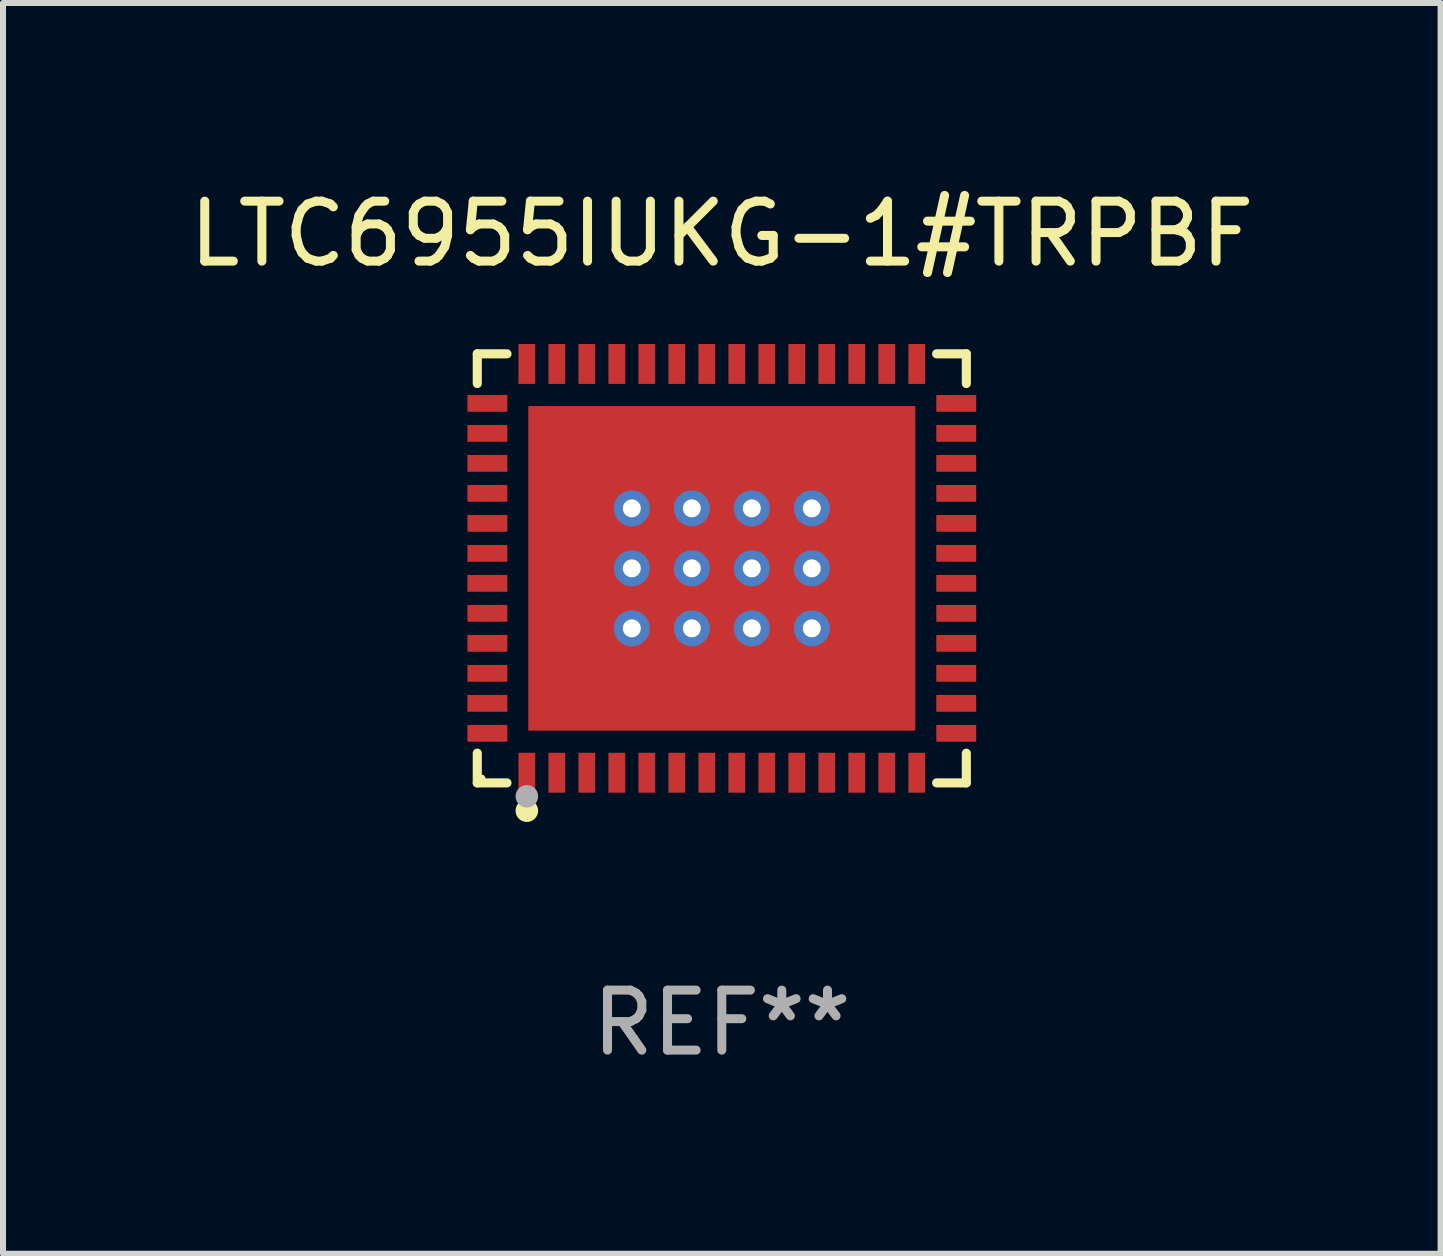
<source format=kicad_pcb>
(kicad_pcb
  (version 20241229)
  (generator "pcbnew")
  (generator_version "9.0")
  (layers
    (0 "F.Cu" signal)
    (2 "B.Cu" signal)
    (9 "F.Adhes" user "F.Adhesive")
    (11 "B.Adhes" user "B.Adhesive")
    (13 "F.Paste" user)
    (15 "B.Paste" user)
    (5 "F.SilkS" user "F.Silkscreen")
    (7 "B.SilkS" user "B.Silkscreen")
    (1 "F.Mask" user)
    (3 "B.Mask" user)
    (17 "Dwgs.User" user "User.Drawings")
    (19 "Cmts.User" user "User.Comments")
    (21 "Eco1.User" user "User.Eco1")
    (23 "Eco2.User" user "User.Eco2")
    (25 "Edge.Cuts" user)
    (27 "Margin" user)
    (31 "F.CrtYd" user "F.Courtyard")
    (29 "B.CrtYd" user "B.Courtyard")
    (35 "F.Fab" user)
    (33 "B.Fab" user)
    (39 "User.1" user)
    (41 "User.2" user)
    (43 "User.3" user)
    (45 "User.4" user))
  (footprint "LTC6955IUKG-1#TRPBF"
    (layer "F.Cu")
    (at 8.982 6.424)
    (property "Reference" "LTC6955IUKG-1#TRPBF" (at 0 -5.576 0) (layer "F.SilkS") (effects (font (size 1 1) (thickness 0.15))))
    (attr through_hole)
    (fp_line (start -4.076 -3.576) (end -3.581 -3.576) (stroke (width 0.152) (type solid)) (layer "F.SilkS"))
    (fp_line (start -4.076 -3.081) (end -4.076 -3.576) (stroke (width 0.152) (type solid)) (layer "F.SilkS"))
    (fp_line (start -4.076 3.081) (end -4.076 3.576) (stroke (width 0.152) (type solid)) (layer "F.SilkS"))
    (fp_line (start -4.076 3.576) (end -3.581 3.576) (stroke (width 0.152) (type solid)) (layer "F.SilkS"))
    (fp_line (start 4.076 -3.576) (end 3.581 -3.576) (stroke (width 0.152) (type solid)) (layer "F.SilkS"))
    (fp_line (start 4.076 -3.081) (end 4.076 -3.576) (stroke (width 0.152) (type solid)) (layer "F.SilkS"))
    (fp_line (start 4.076 3.081) (end 4.076 3.576) (stroke (width 0.152) (type solid)) (layer "F.SilkS"))
    (fp_line (start 4.076 3.576) (end 3.581 3.576) (stroke (width 0.152) (type solid)) (layer "F.SilkS"))
    (fp_circle (center -4 3.5) (end -3.97 3.5) (stroke (width 0.06) (type solid)) (fill no) (layer "F.SilkS"))
    (fp_circle (center -3.25 4.04) (end -3.156 4.04) (stroke (width 0.188) (type solid)) (fill no) (layer "F.SilkS"))
    (fp_circle (center -3.25 3.8) (end -3.156 3.8) (stroke (width 0.188) (type solid)) (fill no) (layer "F.Fab"))
    (fp_text user "REF**" (at 0 7.576 0) (layer "F.Fab") (effects (font (size 1 1) (thickness 0.15))))
    (pad "1" smd rect (at -3.25 3.407) (size 0.28 0.665) (layers "F.Cu" "F.Mask" "F.Paste"))
    (pad "2" smd rect (at -2.75 3.407) (size 0.28 0.665) (layers "F.Cu" "F.Mask" "F.Paste"))
    (pad "3" smd rect (at -2.25 3.407) (size 0.28 0.665) (layers "F.Cu" "F.Mask" "F.Paste"))
    (pad "4" smd rect (at -1.75 3.407) (size 0.28 0.665) (layers "F.Cu" "F.Mask" "F.Paste"))
    (pad "5" smd rect (at -1.25 3.407) (size 0.28 0.665) (layers "F.Cu" "F.Mask" "F.Paste"))
    (pad "6" smd rect (at -0.75 3.407) (size 0.28 0.665) (layers "F.Cu" "F.Mask" "F.Paste"))
    (pad "7" smd rect (at -0.25 3.407) (size 0.28 0.665) (layers "F.Cu" "F.Mask" "F.Paste"))
    (pad "8" smd rect (at 0.25 3.407) (size 0.28 0.665) (layers "F.Cu" "F.Mask" "F.Paste"))
    (pad "9" smd rect (at 0.75 3.407) (size 0.28 0.665) (layers "F.Cu" "F.Mask" "F.Paste"))
    (pad "10" smd rect (at 1.25 3.407) (size 0.28 0.665) (layers "F.Cu" "F.Mask" "F.Paste"))
    (pad "11" smd rect (at 1.75 3.407) (size 0.28 0.665) (layers "F.Cu" "F.Mask" "F.Paste"))
    (pad "12" smd rect (at 2.25 3.407) (size 0.28 0.665) (layers "F.Cu" "F.Mask" "F.Paste"))
    (pad "13" smd rect (at 2.75 3.407) (size 0.28 0.665) (layers "F.Cu" "F.Mask" "F.Paste"))
    (pad "14" smd rect (at 3.25 3.407) (size 0.28 0.665) (layers "F.Cu" "F.Mask" "F.Paste"))
    (pad "15" smd rect (at 3.908 2.75) (size 0.665 0.28) (layers "F.Cu" "F.Mask" "F.Paste"))
    (pad "16" smd rect (at 3.908 2.25) (size 0.665 0.28) (layers "F.Cu" "F.Mask" "F.Paste"))
    (pad "17" smd rect (at 3.908 1.75) (size 0.665 0.28) (layers "F.Cu" "F.Mask" "F.Paste"))
    (pad "18" smd rect (at 3.908 1.25) (size 0.665 0.28) (layers "F.Cu" "F.Mask" "F.Paste"))
    (pad "19" smd rect (at 3.908 0.75) (size 0.665 0.28) (layers "F.Cu" "F.Mask" "F.Paste"))
    (pad "20" smd rect (at 3.908 0.25) (size 0.665 0.28) (layers "F.Cu" "F.Mask" "F.Paste"))
    (pad "21" smd rect (at 3.908 -0.25) (size 0.665 0.28) (layers "F.Cu" "F.Mask" "F.Paste"))
    (pad "22" smd rect (at 3.908 -0.75) (size 0.665 0.28) (layers "F.Cu" "F.Mask" "F.Paste"))
    (pad "23" smd rect (at 3.908 -1.25) (size 0.665 0.28) (layers "F.Cu" "F.Mask" "F.Paste"))
    (pad "24" smd rect (at 3.908 -1.75) (size 0.665 0.28) (layers "F.Cu" "F.Mask" "F.Paste"))
    (pad "25" smd rect (at 3.908 -2.25) (size 0.665 0.28) (layers "F.Cu" "F.Mask" "F.Paste"))
    (pad "26" smd rect (at 3.908 -2.75) (size 0.665 0.28) (layers "F.Cu" "F.Mask" "F.Paste"))
    (pad "27" smd rect (at 3.25 -3.407) (size 0.28 0.665) (layers "F.Cu" "F.Mask" "F.Paste"))
    (pad "28" smd rect (at 2.75 -3.407) (size 0.28 0.665) (layers "F.Cu" "F.Mask" "F.Paste"))
    (pad "29" smd rect (at 2.25 -3.407) (size 0.28 0.665) (layers "F.Cu" "F.Mask" "F.Paste"))
    (pad "30" smd rect (at 1.75 -3.407) (size 0.28 0.665) (layers "F.Cu" "F.Mask" "F.Paste"))
    (pad "31" smd rect (at 1.25 -3.407) (size 0.28 0.665) (layers "F.Cu" "F.Mask" "F.Paste"))
    (pad "32" smd rect (at 0.75 -3.407) (size 0.28 0.665) (layers "F.Cu" "F.Mask" "F.Paste"))
    (pad "33" smd rect (at 0.25 -3.407) (size 0.28 0.665) (layers "F.Cu" "F.Mask" "F.Paste"))
    (pad "34" smd rect (at -0.25 -3.407) (size 0.28 0.665) (layers "F.Cu" "F.Mask" "F.Paste"))
    (pad "35" smd rect (at -0.75 -3.407) (size 0.28 0.665) (layers "F.Cu" "F.Mask" "F.Paste"))
    (pad "36" smd rect (at -1.25 -3.407) (size 0.28 0.665) (layers "F.Cu" "F.Mask" "F.Paste"))
    (pad "37" smd rect (at -1.75 -3.407) (size 0.28 0.665) (layers "F.Cu" "F.Mask" "F.Paste"))
    (pad "38" smd rect (at -2.25 -3.407) (size 0.28 0.665) (layers "F.Cu" "F.Mask" "F.Paste"))
    (pad "39" smd rect (at -2.75 -3.407) (size 0.28 0.665) (layers "F.Cu" "F.Mask" "F.Paste"))
    (pad "40" smd rect (at -3.25 -3.407) (size 0.28 0.665) (layers "F.Cu" "F.Mask" "F.Paste"))
    (pad "41" smd rect (at -3.908 -2.75) (size 0.665 0.28) (layers "F.Cu" "F.Mask" "F.Paste"))
    (pad "42" smd rect (at -3.908 -2.25) (size 0.665 0.28) (layers "F.Cu" "F.Mask" "F.Paste"))
    (pad "43" smd rect (at -3.908 -1.75) (size 0.665 0.28) (layers "F.Cu" "F.Mask" "F.Paste"))
    (pad "44" smd rect (at -3.908 -1.25) (size 0.665 0.28) (layers "F.Cu" "F.Mask" "F.Paste"))
    (pad "45" smd rect (at -3.908 -0.75) (size 0.665 0.28) (layers "F.Cu" "F.Mask" "F.Paste"))
    (pad "46" smd rect (at -3.908 -0.25) (size 0.665 0.28) (layers "F.Cu" "F.Mask" "F.Paste"))
    (pad "47" smd rect (at -3.908 0.25) (size 0.665 0.28) (layers "F.Cu" "F.Mask" "F.Paste"))
    (pad "48" smd rect (at -3.908 0.75) (size 0.665 0.28) (layers "F.Cu" "F.Mask" "F.Paste"))
    (pad "49" smd rect (at -3.908 1.25) (size 0.665 0.28) (layers "F.Cu" "F.Mask" "F.Paste"))
    (pad "50" smd rect (at -3.908 1.75) (size 0.665 0.28) (layers "F.Cu" "F.Mask" "F.Paste"))
    (pad "51" smd rect (at -3.908 2.25) (size 0.665 0.28) (layers "F.Cu" "F.Mask" "F.Paste"))
    (pad "52" smd rect (at -3.908 2.75) (size 0.665 0.28) (layers "F.Cu" "F.Mask" "F.Paste"))
    (pad "53" thru_hole circle (at -1.5 -1) (size 0.6 0.6) (drill 0.3) (layers "*.Cu" "*.Mask"))
    (pad "53" thru_hole circle (at -1.5 0) (size 0.6 0.6) (drill 0.3) (layers "*.Cu" "*.Mask"))
    (pad "53" thru_hole circle (at -1.5 1) (size 0.6 0.6) (drill 0.3) (layers "*.Cu" "*.Mask"))
    (pad "53" thru_hole circle (at -0.5 -1) (size 0.6 0.6) (drill 0.3) (layers "*.Cu" "*.Mask"))
    (pad "53" thru_hole circle (at -0.5 0) (size 0.6 0.6) (drill 0.3) (layers "*.Cu" "*.Mask"))
    (pad "53" thru_hole circle (at -0.5 1) (size 0.6 0.6) (drill 0.3) (layers "*.Cu" "*.Mask"))
    (pad "53" smd rect (at 0 0) (size 6.45 5.41) (layers "F.Cu" "F.Mask" "F.Paste"))
    (pad "53" thru_hole circle (at 0.5 -1) (size 0.6 0.6) (drill 0.3) (layers "*.Cu" "*.Mask"))
    (pad "53" thru_hole circle (at 0.5 0) (size 0.6 0.6) (drill 0.3) (layers "*.Cu" "*.Mask"))
    (pad "53" thru_hole circle (at 0.5 1) (size 0.6 0.6) (drill 0.3) (layers "*.Cu" "*.Mask"))
    (pad "53" thru_hole circle (at 1.5 -1) (size 0.6 0.6) (drill 0.3) (layers "*.Cu" "*.Mask"))
    (pad "53" thru_hole circle (at 1.5 0) (size 0.6 0.6) (drill 0.3) (layers "*.Cu" "*.Mask"))
    (pad "53" thru_hole circle (at 1.5 1) (size 0.6 0.6) (drill 0.3) (layers "*.Cu" "*.Mask")))
  (gr_rect
    (start -3 -3)
    (end 20.964 17.849)
    (stroke (width 0.1) (type default))
    (fill no)
    (layer "Edge.Cuts")))
</source>
